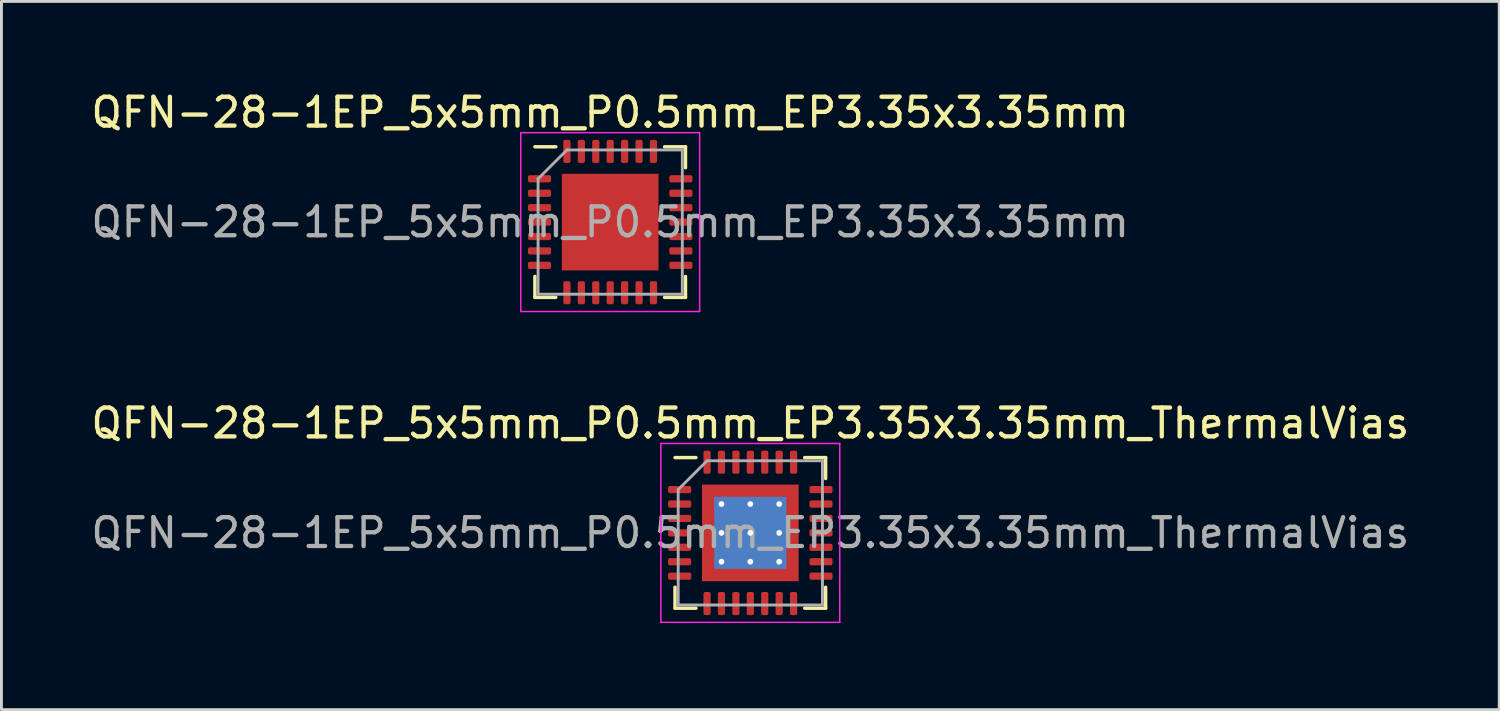
<source format=kicad_pcb>
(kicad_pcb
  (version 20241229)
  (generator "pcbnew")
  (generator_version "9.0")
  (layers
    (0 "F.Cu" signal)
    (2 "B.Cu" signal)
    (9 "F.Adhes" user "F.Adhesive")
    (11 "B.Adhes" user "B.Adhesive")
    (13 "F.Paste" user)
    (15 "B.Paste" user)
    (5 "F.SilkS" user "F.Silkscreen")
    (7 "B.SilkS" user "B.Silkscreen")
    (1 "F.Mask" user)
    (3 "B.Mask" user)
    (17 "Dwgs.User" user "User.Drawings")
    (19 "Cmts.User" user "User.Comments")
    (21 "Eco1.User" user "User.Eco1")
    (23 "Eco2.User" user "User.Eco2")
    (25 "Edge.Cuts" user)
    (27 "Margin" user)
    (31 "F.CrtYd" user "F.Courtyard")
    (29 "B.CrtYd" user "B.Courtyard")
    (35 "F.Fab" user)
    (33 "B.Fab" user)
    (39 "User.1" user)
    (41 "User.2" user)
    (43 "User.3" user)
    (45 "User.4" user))
  (footprint "QFN-28-1EP_5x5mm_P0.5mm_EP3.35x3.35mm_ThermalVias"
    (layer "F.Cu")
    (at 22.958 15.421)
    (property "Reference" "QFN-28-1EP_5x5mm_P0.5mm_EP3.35x3.35mm_ThermalVias" (at 0 -3.8 0) (layer "F.SilkS") (effects (font (size 1 1) (thickness 0.15))))
    (attr smd)
    (fp_line (start -2.61 2.61) (end -2.61 1.885) (stroke (width 0.12) (type solid)) (layer "F.SilkS"))
    (fp_line (start -1.885 -2.61) (end -2.61 -2.61) (stroke (width 0.12) (type solid)) (layer "F.SilkS"))
    (fp_line (start -1.885 2.61) (end -2.61 2.61) (stroke (width 0.12) (type solid)) (layer "F.SilkS"))
    (fp_line (start 1.885 -2.61) (end 2.61 -2.61) (stroke (width 0.12) (type solid)) (layer "F.SilkS"))
    (fp_line (start 1.885 2.61) (end 2.61 2.61) (stroke (width 0.12) (type solid)) (layer "F.SilkS"))
    (fp_line (start 2.61 -2.61) (end 2.61 -1.885) (stroke (width 0.12) (type solid)) (layer "F.SilkS"))
    (fp_line (start 2.61 2.61) (end 2.61 1.885) (stroke (width 0.12) (type solid)) (layer "F.SilkS"))
    (fp_line (start -3.1 -3.1) (end -3.1 3.1) (stroke (width 0.05) (type solid)) (layer "F.CrtYd"))
    (fp_line (start -3.1 3.1) (end 3.1 3.1) (stroke (width 0.05) (type solid)) (layer "F.CrtYd"))
    (fp_line (start 3.1 -3.1) (end -3.1 -3.1) (stroke (width 0.05) (type solid)) (layer "F.CrtYd"))
    (fp_line (start 3.1 3.1) (end 3.1 -3.1) (stroke (width 0.05) (type solid)) (layer "F.CrtYd"))
    (fp_line (start -2.5 -1.5) (end -1.5 -2.5) (stroke (width 0.1) (type solid)) (layer "F.Fab"))
    (fp_line (start -2.5 2.5) (end -2.5 -1.5) (stroke (width 0.1) (type solid)) (layer "F.Fab"))
    (fp_line (start -1.5 -2.5) (end 2.5 -2.5) (stroke (width 0.1) (type solid)) (layer "F.Fab"))
    (fp_line (start 2.5 -2.5) (end 2.5 2.5) (stroke (width 0.1) (type solid)) (layer "F.Fab"))
    (fp_line (start 2.5 2.5) (end -2.5 2.5) (stroke (width 0.1) (type solid)) (layer "F.Fab"))
    (fp_text user "${REFERENCE}" (at 0 0 0) (layer "F.Fab") (effects (font (size 1 1) (thickness 0.15))))
    (pad "" smd custom (at -1.337 -1.337) (size 0.437 0.437) (layers "F.Paste") (options (anchor circle)) (primitives (gr_poly (pts (xy -0.165 -0.165) (xy 0.165 -0.165) (xy 0.165 0.076) (xy 0.076 0.165) (xy -0.165 0.165)) (width 0.215) (fill yes))))
    (pad "" smd custom (at -1.337 -0.5) (size 0.459 0.459) (layers "F.Paste") (options (anchor circle)) (primitives (gr_poly (pts (xy -0.187 -0.318) (xy 0.116 -0.318) (xy 0.187 -0.247) (xy 0.187 0.247) (xy 0.116 0.318) (xy -0.187 0.318)) (width 0.17) (fill yes))))
    (pad "" smd custom (at -1.337 0.5) (size 0.459 0.459) (layers "F.Paste") (options (anchor circle)) (primitives (gr_poly (pts (xy -0.187 -0.318) (xy 0.116 -0.318) (xy 0.187 -0.247) (xy 0.187 0.247) (xy 0.116 0.318) (xy -0.187 0.318)) (width 0.17) (fill yes))))
    (pad "" smd custom (at -1.337 1.337) (size 0.437 0.437) (layers "F.Paste") (options (anchor circle)) (primitives (gr_poly (pts (xy -0.165 -0.165) (xy 0.076 -0.165) (xy 0.165 -0.076) (xy 0.165 0.165) (xy -0.165 0.165)) (width 0.215) (fill yes))))
    (pad "" smd custom (at -0.5 -1.337) (size 0.459 0.459) (layers "F.Paste") (options (anchor circle)) (primitives (gr_poly (pts (xy -0.318 -0.187) (xy 0.318 -0.187) (xy 0.318 0.116) (xy 0.247 0.187) (xy -0.247 0.187) (xy -0.318 0.116)) (width 0.17) (fill yes))))
    (pad "" smd roundrect (at -0.5 -0.5) (size 0.806 0.806) (layers "F.Paste") (roundrect_rratio 0.25))
    (pad "" smd roundrect (at -0.5 0.5) (size 0.806 0.806) (layers "F.Paste") (roundrect_rratio 0.25))
    (pad "" smd custom (at -0.5 1.337) (size 0.459 0.459) (layers "F.Paste") (options (anchor circle)) (primitives (gr_poly (pts (xy -0.318 -0.116) (xy -0.247 -0.187) (xy 0.247 -0.187) (xy 0.318 -0.116) (xy 0.318 0.187) (xy -0.318 0.187)) (width 0.17) (fill yes))))
    (pad "" smd custom (at 0.5 -1.337) (size 0.459 0.459) (layers "F.Paste") (options (anchor circle)) (primitives (gr_poly (pts (xy -0.318 -0.187) (xy 0.318 -0.187) (xy 0.318 0.116) (xy 0.247 0.187) (xy -0.247 0.187) (xy -0.318 0.116)) (width 0.17) (fill yes))))
    (pad "" smd roundrect (at 0.5 -0.5) (size 0.806 0.806) (layers "F.Paste") (roundrect_rratio 0.25))
    (pad "" smd roundrect (at 0.5 0.5) (size 0.806 0.806) (layers "F.Paste") (roundrect_rratio 0.25))
    (pad "" smd custom (at 0.5 1.337) (size 0.459 0.459) (layers "F.Paste") (options (anchor circle)) (primitives (gr_poly (pts (xy -0.318 -0.116) (xy -0.247 -0.187) (xy 0.247 -0.187) (xy 0.318 -0.116) (xy 0.318 0.187) (xy -0.318 0.187)) (width 0.17) (fill yes))))
    (pad "" smd custom (at 1.337 -1.337) (size 0.437 0.437) (layers "F.Paste") (options (anchor circle)) (primitives (gr_poly (pts (xy -0.165 -0.165) (xy 0.165 -0.165) (xy 0.165 0.165) (xy -0.076 0.165) (xy -0.165 0.076)) (width 0.215) (fill yes))))
    (pad "" smd custom (at 1.337 -0.5) (size 0.459 0.459) (layers "F.Paste") (options (anchor circle)) (primitives (gr_poly (pts (xy -0.187 -0.247) (xy -0.116 -0.318) (xy 0.187 -0.318) (xy 0.187 0.318) (xy -0.116 0.318) (xy -0.187 0.247)) (width 0.17) (fill yes))))
    (pad "" smd custom (at 1.337 0.5) (size 0.459 0.459) (layers "F.Paste") (options (anchor circle)) (primitives (gr_poly (pts (xy -0.187 -0.247) (xy -0.116 -0.318) (xy 0.187 -0.318) (xy 0.187 0.318) (xy -0.116 0.318) (xy -0.187 0.247)) (width 0.17) (fill yes))))
    (pad "" smd custom (at 1.337 1.337) (size 0.437 0.437) (layers "F.Paste") (options (anchor circle)) (primitives (gr_poly (pts (xy -0.165 -0.076) (xy -0.076 -0.165) (xy 0.165 -0.165) (xy 0.165 0.165) (xy -0.165 0.165)) (width 0.215) (fill yes))))
    (pad "1" smd roundrect (at -2.45 -1.5) (size 0.8 0.25) (layers "F.Cu" "F.Mask" "F.Paste") (roundrect_rratio 0.25))
    (pad "2" smd roundrect (at -2.45 -1) (size 0.8 0.25) (layers "F.Cu" "F.Mask" "F.Paste") (roundrect_rratio 0.25))
    (pad "3" smd roundrect (at -2.45 -0.5) (size 0.8 0.25) (layers "F.Cu" "F.Mask" "F.Paste") (roundrect_rratio 0.25))
    (pad "4" smd roundrect (at -2.45 0) (size 0.8 0.25) (layers "F.Cu" "F.Mask" "F.Paste") (roundrect_rratio 0.25))
    (pad "5" smd roundrect (at -2.45 0.5) (size 0.8 0.25) (layers "F.Cu" "F.Mask" "F.Paste") (roundrect_rratio 0.25))
    (pad "6" smd roundrect (at -2.45 1) (size 0.8 0.25) (layers "F.Cu" "F.Mask" "F.Paste") (roundrect_rratio 0.25))
    (pad "7" smd roundrect (at -2.45 1.5) (size 0.8 0.25) (layers "F.Cu" "F.Mask" "F.Paste") (roundrect_rratio 0.25))
    (pad "8" smd roundrect (at -1.5 2.45) (size 0.25 0.8) (layers "F.Cu" "F.Mask" "F.Paste") (roundrect_rratio 0.25))
    (pad "9" smd roundrect (at -1 2.45) (size 0.25 0.8) (layers "F.Cu" "F.Mask" "F.Paste") (roundrect_rratio 0.25))
    (pad "10" smd roundrect (at -0.5 2.45) (size 0.25 0.8) (layers "F.Cu" "F.Mask" "F.Paste") (roundrect_rratio 0.25))
    (pad "11" smd roundrect (at 0 2.45) (size 0.25 0.8) (layers "F.Cu" "F.Mask" "F.Paste") (roundrect_rratio 0.25))
    (pad "12" smd roundrect (at 0.5 2.45) (size 0.25 0.8) (layers "F.Cu" "F.Mask" "F.Paste") (roundrect_rratio 0.25))
    (pad "13" smd roundrect (at 1 2.45) (size 0.25 0.8) (layers "F.Cu" "F.Mask" "F.Paste") (roundrect_rratio 0.25))
    (pad "14" smd roundrect (at 1.5 2.45) (size 0.25 0.8) (layers "F.Cu" "F.Mask" "F.Paste") (roundrect_rratio 0.25))
    (pad "15" smd roundrect (at 2.45 1.5) (size 0.8 0.25) (layers "F.Cu" "F.Mask" "F.Paste") (roundrect_rratio 0.25))
    (pad "16" smd roundrect (at 2.45 1) (size 0.8 0.25) (layers "F.Cu" "F.Mask" "F.Paste") (roundrect_rratio 0.25))
    (pad "17" smd roundrect (at 2.45 0.5) (size 0.8 0.25) (layers "F.Cu" "F.Mask" "F.Paste") (roundrect_rratio 0.25))
    (pad "18" smd roundrect (at 2.45 0) (size 0.8 0.25) (layers "F.Cu" "F.Mask" "F.Paste") (roundrect_rratio 0.25))
    (pad "19" smd roundrect (at 2.45 -0.5) (size 0.8 0.25) (layers "F.Cu" "F.Mask" "F.Paste") (roundrect_rratio 0.25))
    (pad "20" smd roundrect (at 2.45 -1) (size 0.8 0.25) (layers "F.Cu" "F.Mask" "F.Paste") (roundrect_rratio 0.25))
    (pad "21" smd roundrect (at 2.45 -1.5) (size 0.8 0.25) (layers "F.Cu" "F.Mask" "F.Paste") (roundrect_rratio 0.25))
    (pad "22" smd roundrect (at 1.5 -2.45) (size 0.25 0.8) (layers "F.Cu" "F.Mask" "F.Paste") (roundrect_rratio 0.25))
    (pad "23" smd roundrect (at 1 -2.45) (size 0.25 0.8) (layers "F.Cu" "F.Mask" "F.Paste") (roundrect_rratio 0.25))
    (pad "24" smd roundrect (at 0.5 -2.45) (size 0.25 0.8) (layers "F.Cu" "F.Mask" "F.Paste") (roundrect_rratio 0.25))
    (pad "25" smd roundrect (at 0 -2.45) (size 0.25 0.8) (layers "F.Cu" "F.Mask" "F.Paste") (roundrect_rratio 0.25))
    (pad "26" smd roundrect (at -0.5 -2.45) (size 0.25 0.8) (layers "F.Cu" "F.Mask" "F.Paste") (roundrect_rratio 0.25))
    (pad "27" smd roundrect (at -1 -2.45) (size 0.25 0.8) (layers "F.Cu" "F.Mask" "F.Paste") (roundrect_rratio 0.25))
    (pad "28" smd roundrect (at -1.5 -2.45) (size 0.25 0.8) (layers "F.Cu" "F.Mask" "F.Paste") (roundrect_rratio 0.25))
    (pad "29" thru_hole circle (at -1 -1) (size 0.5 0.5) (drill 0.2) (layers "*.Cu"))
    (pad "29" thru_hole circle (at -1 0) (size 0.5 0.5) (drill 0.2) (layers "*.Cu"))
    (pad "29" thru_hole circle (at -1 1) (size 0.5 0.5) (drill 0.2) (layers "*.Cu"))
    (pad "29" thru_hole circle (at 0 -1) (size 0.5 0.5) (drill 0.2) (layers "*.Cu"))
    (pad "29" thru_hole circle (at 0 0) (size 0.5 0.5) (drill 0.2) (layers "*.Cu"))
    (pad "29" smd rect (at 0 0) (size 2.5 2.5) (layers "B.Cu"))
    (pad "29" smd rect (at 0 0) (size 3.35 3.35) (layers "F.Cu" "F.Mask"))
    (pad "29" thru_hole circle (at 0 1) (size 0.5 0.5) (drill 0.2) (layers "*.Cu"))
    (pad "29" thru_hole circle (at 1 -1) (size 0.5 0.5) (drill 0.2) (layers "*.Cu"))
    (pad "29" thru_hole circle (at 1 0) (size 0.5 0.5) (drill 0.2) (layers "*.Cu"))
    (pad "29" thru_hole circle (at 1 1) (size 0.5 0.5) (drill 0.2) (layers "*.Cu")))
  (footprint "QFN-28-1EP_5x5mm_P0.5mm_EP3.35x3.35mm"
    (layer "F.Cu")
    (at 18.101 4.648)
    (property "Reference" "QFN-28-1EP_5x5mm_P0.5mm_EP3.35x3.35mm" (at 0 -3.8 0) (layer "F.SilkS") (effects (font (size 1 1) (thickness 0.15))))
    (attr smd)
    (fp_line (start -2.61 2.61) (end -2.61 1.885) (stroke (width 0.12) (type solid)) (layer "F.SilkS"))
    (fp_line (start -1.885 -2.61) (end -2.61 -2.61) (stroke (width 0.12) (type solid)) (layer "F.SilkS"))
    (fp_line (start -1.885 2.61) (end -2.61 2.61) (stroke (width 0.12) (type solid)) (layer "F.SilkS"))
    (fp_line (start 1.885 -2.61) (end 2.61 -2.61) (stroke (width 0.12) (type solid)) (layer "F.SilkS"))
    (fp_line (start 1.885 2.61) (end 2.61 2.61) (stroke (width 0.12) (type solid)) (layer "F.SilkS"))
    (fp_line (start 2.61 -2.61) (end 2.61 -1.885) (stroke (width 0.12) (type solid)) (layer "F.SilkS"))
    (fp_line (start 2.61 2.61) (end 2.61 1.885) (stroke (width 0.12) (type solid)) (layer "F.SilkS"))
    (fp_line (start -3.1 -3.1) (end -3.1 3.1) (stroke (width 0.05) (type solid)) (layer "F.CrtYd"))
    (fp_line (start -3.1 3.1) (end 3.1 3.1) (stroke (width 0.05) (type solid)) (layer "F.CrtYd"))
    (fp_line (start 3.1 -3.1) (end -3.1 -3.1) (stroke (width 0.05) (type solid)) (layer "F.CrtYd"))
    (fp_line (start 3.1 3.1) (end 3.1 -3.1) (stroke (width 0.05) (type solid)) (layer "F.CrtYd"))
    (fp_line (start -2.5 -1.5) (end -1.5 -2.5) (stroke (width 0.1) (type solid)) (layer "F.Fab"))
    (fp_line (start -2.5 2.5) (end -2.5 -1.5) (stroke (width 0.1) (type solid)) (layer "F.Fab"))
    (fp_line (start -1.5 -2.5) (end 2.5 -2.5) (stroke (width 0.1) (type solid)) (layer "F.Fab"))
    (fp_line (start 2.5 -2.5) (end 2.5 2.5) (stroke (width 0.1) (type solid)) (layer "F.Fab"))
    (fp_line (start 2.5 2.5) (end -2.5 2.5) (stroke (width 0.1) (type solid)) (layer "F.Fab"))
    (fp_text user "${REFERENCE}" (at 0 0 0) (layer "F.Fab") (effects (font (size 1 1) (thickness 0.15))))
    (pad "" smd roundrect (at -1.12 -1.12) (size 0.9 0.9) (layers "F.Paste") (roundrect_rratio 0.25))
    (pad "" smd roundrect (at -1.12 0) (size 0.9 0.9) (layers "F.Paste") (roundrect_rratio 0.25))
    (pad "" smd roundrect (at -1.12 1.12) (size 0.9 0.9) (layers "F.Paste") (roundrect_rratio 0.25))
    (pad "" smd roundrect (at 0 -1.12) (size 0.9 0.9) (layers "F.Paste") (roundrect_rratio 0.25))
    (pad "" smd roundrect (at 0 0) (size 0.9 0.9) (layers "F.Paste") (roundrect_rratio 0.25))
    (pad "" smd roundrect (at 0 1.12) (size 0.9 0.9) (layers "F.Paste") (roundrect_rratio 0.25))
    (pad "" smd roundrect (at 1.12 -1.12) (size 0.9 0.9) (layers "F.Paste") (roundrect_rratio 0.25))
    (pad "" smd roundrect (at 1.12 0) (size 0.9 0.9) (layers "F.Paste") (roundrect_rratio 0.25))
    (pad "" smd roundrect (at 1.12 1.12) (size 0.9 0.9) (layers "F.Paste") (roundrect_rratio 0.25))
    (pad "1" smd roundrect (at -2.45 -1.5) (size 0.8 0.25) (layers "F.Cu" "F.Mask" "F.Paste") (roundrect_rratio 0.25))
    (pad "2" smd roundrect (at -2.45 -1) (size 0.8 0.25) (layers "F.Cu" "F.Mask" "F.Paste") (roundrect_rratio 0.25))
    (pad "3" smd roundrect (at -2.45 -0.5) (size 0.8 0.25) (layers "F.Cu" "F.Mask" "F.Paste") (roundrect_rratio 0.25))
    (pad "4" smd roundrect (at -2.45 0) (size 0.8 0.25) (layers "F.Cu" "F.Mask" "F.Paste") (roundrect_rratio 0.25))
    (pad "5" smd roundrect (at -2.45 0.5) (size 0.8 0.25) (layers "F.Cu" "F.Mask" "F.Paste") (roundrect_rratio 0.25))
    (pad "6" smd roundrect (at -2.45 1) (size 0.8 0.25) (layers "F.Cu" "F.Mask" "F.Paste") (roundrect_rratio 0.25))
    (pad "7" smd roundrect (at -2.45 1.5) (size 0.8 0.25) (layers "F.Cu" "F.Mask" "F.Paste") (roundrect_rratio 0.25))
    (pad "8" smd roundrect (at -1.5 2.45) (size 0.25 0.8) (layers "F.Cu" "F.Mask" "F.Paste") (roundrect_rratio 0.25))
    (pad "9" smd roundrect (at -1 2.45) (size 0.25 0.8) (layers "F.Cu" "F.Mask" "F.Paste") (roundrect_rratio 0.25))
    (pad "10" smd roundrect (at -0.5 2.45) (size 0.25 0.8) (layers "F.Cu" "F.Mask" "F.Paste") (roundrect_rratio 0.25))
    (pad "11" smd roundrect (at 0 2.45) (size 0.25 0.8) (layers "F.Cu" "F.Mask" "F.Paste") (roundrect_rratio 0.25))
    (pad "12" smd roundrect (at 0.5 2.45) (size 0.25 0.8) (layers "F.Cu" "F.Mask" "F.Paste") (roundrect_rratio 0.25))
    (pad "13" smd roundrect (at 1 2.45) (size 0.25 0.8) (layers "F.Cu" "F.Mask" "F.Paste") (roundrect_rratio 0.25))
    (pad "14" smd roundrect (at 1.5 2.45) (size 0.25 0.8) (layers "F.Cu" "F.Mask" "F.Paste") (roundrect_rratio 0.25))
    (pad "15" smd roundrect (at 2.45 1.5) (size 0.8 0.25) (layers "F.Cu" "F.Mask" "F.Paste") (roundrect_rratio 0.25))
    (pad "16" smd roundrect (at 2.45 1) (size 0.8 0.25) (layers "F.Cu" "F.Mask" "F.Paste") (roundrect_rratio 0.25))
    (pad "17" smd roundrect (at 2.45 0.5) (size 0.8 0.25) (layers "F.Cu" "F.Mask" "F.Paste") (roundrect_rratio 0.25))
    (pad "18" smd roundrect (at 2.45 0) (size 0.8 0.25) (layers "F.Cu" "F.Mask" "F.Paste") (roundrect_rratio 0.25))
    (pad "19" smd roundrect (at 2.45 -0.5) (size 0.8 0.25) (layers "F.Cu" "F.Mask" "F.Paste") (roundrect_rratio 0.25))
    (pad "20" smd roundrect (at 2.45 -1) (size 0.8 0.25) (layers "F.Cu" "F.Mask" "F.Paste") (roundrect_rratio 0.25))
    (pad "21" smd roundrect (at 2.45 -1.5) (size 0.8 0.25) (layers "F.Cu" "F.Mask" "F.Paste") (roundrect_rratio 0.25))
    (pad "22" smd roundrect (at 1.5 -2.45) (size 0.25 0.8) (layers "F.Cu" "F.Mask" "F.Paste") (roundrect_rratio 0.25))
    (pad "23" smd roundrect (at 1 -2.45) (size 0.25 0.8) (layers "F.Cu" "F.Mask" "F.Paste") (roundrect_rratio 0.25))
    (pad "24" smd roundrect (at 0.5 -2.45) (size 0.25 0.8) (layers "F.Cu" "F.Mask" "F.Paste") (roundrect_rratio 0.25))
    (pad "25" smd roundrect (at 0 -2.45) (size 0.25 0.8) (layers "F.Cu" "F.Mask" "F.Paste") (roundrect_rratio 0.25))
    (pad "26" smd roundrect (at -0.5 -2.45) (size 0.25 0.8) (layers "F.Cu" "F.Mask" "F.Paste") (roundrect_rratio 0.25))
    (pad "27" smd roundrect (at -1 -2.45) (size 0.25 0.8) (layers "F.Cu" "F.Mask" "F.Paste") (roundrect_rratio 0.25))
    (pad "28" smd roundrect (at -1.5 -2.45) (size 0.25 0.8) (layers "F.Cu" "F.Mask" "F.Paste") (roundrect_rratio 0.25))
    (pad "29" smd rect (at 0 0) (size 3.35 3.35) (layers "F.Cu" "F.Mask")))
  (gr_rect
    (start -3 -3)
    (end 48.917 21.547)
    (stroke (width 0.1) (type default))
    (fill no)
    (layer "Edge.Cuts")))
</source>
